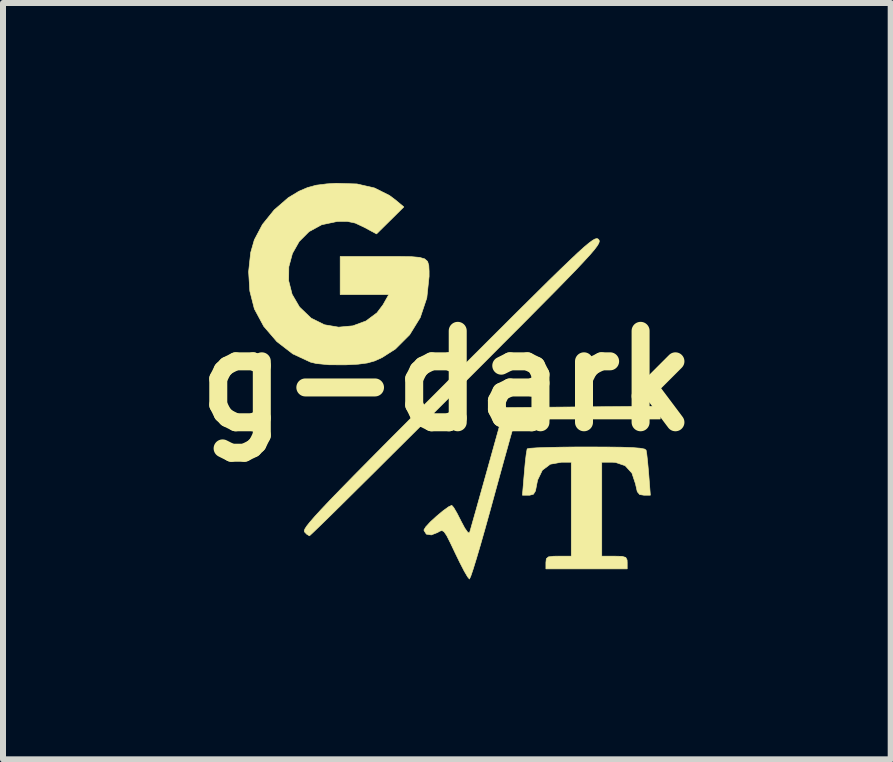
<source format=kicad_pcb>
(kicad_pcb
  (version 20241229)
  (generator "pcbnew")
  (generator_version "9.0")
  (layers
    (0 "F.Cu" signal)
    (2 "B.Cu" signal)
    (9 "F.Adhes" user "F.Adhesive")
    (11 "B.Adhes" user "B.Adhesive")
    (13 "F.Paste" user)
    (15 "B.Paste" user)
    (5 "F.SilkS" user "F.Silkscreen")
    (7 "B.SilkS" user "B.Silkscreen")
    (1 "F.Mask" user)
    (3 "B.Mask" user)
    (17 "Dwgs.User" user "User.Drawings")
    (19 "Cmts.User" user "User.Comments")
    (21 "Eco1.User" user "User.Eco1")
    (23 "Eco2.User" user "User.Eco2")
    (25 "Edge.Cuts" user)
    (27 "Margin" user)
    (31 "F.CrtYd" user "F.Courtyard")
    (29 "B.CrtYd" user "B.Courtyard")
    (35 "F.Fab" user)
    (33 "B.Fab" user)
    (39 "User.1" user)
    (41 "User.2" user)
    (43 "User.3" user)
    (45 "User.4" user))
  (footprint "g-dark"
    (layer "F.Cu")
    (at 4.398 3.299)
    (property "Reference" "g-dark" (at 0 0 0) (layer "F.SilkS") (effects (font (size 1.524 1.524) (thickness 0.3))))
    (attr through_hole)
    (fp_poly (pts (xy 3.556 0.635) (xy 1.146 0.635) (xy 1.088 0.836) (xy 1.061 0.93) (xy 1.016 1.093) (xy 0.955 1.311) (xy 0.883 1.572) (xy 0.803 1.863) (xy 0.719 2.17) (xy 0.637 2.464) (xy 0.561 2.731) (xy 0.494 2.958) (xy 0.439 3.136) (xy 0.399 3.254) (xy 0.377 3.301) (xy 0.376 3.302) (xy 0.346 3.266) (xy 0.289 3.169) (xy 0.215 3.025) (xy 0.145 2.881) (xy 0.058 2.698) (xy -0.002 2.579) (xy -0.046 2.515) (xy -0.081 2.494) (xy -0.119 2.505) (xy -0.153 2.526) (xy -0.258 2.567) (xy -0.342 2.554) (xy -0.381 2.492) (xy -0.381 2.481) (xy -0.35 2.431) (xy -0.273 2.348) (xy -0.169 2.253) (xy -0.061 2.163) (xy 0.031 2.097) (xy 0.082 2.074) (xy 0.114 2.11) (xy 0.168 2.202) (xy 0.234 2.331) (xy 0.234 2.332) (xy 0.298 2.452) (xy 0.349 2.524) (xy 0.376 2.535) (xy 0.377 2.533) (xy 0.394 2.478) (xy 0.429 2.353) (xy 0.481 2.17) (xy 0.545 1.941) (xy 0.619 1.678) (xy 0.68 1.46) (xy 0.963 0.445) (xy 2.259 0.433) (xy 3.556 0.422) (xy 3.556 0.635)) (stroke (width 0.01) (type solid)) (fill yes) (layer "F.SilkS"))
    (fp_poly (pts (xy 2.515 -2.369) (xy 2.528 -2.359) (xy 2.539 -2.343) (xy 2.541 -2.322) (xy 2.531 -2.292) (xy 2.505 -2.249) (xy 2.459 -2.188) (xy 2.39 -2.107) (xy 2.293 -2.001) (xy 2.166 -1.865) (xy 2.003 -1.697) (xy 1.803 -1.492) (xy 1.56 -1.247) (xy 1.272 -0.956) (xy 0.934 -0.618) (xy 0.544 -0.226) (xy 0.169 0.149) (xy -0.208 0.525) (xy -0.567 0.883) (xy -0.905 1.219) (xy -1.216 1.529) (xy -1.497 1.807) (xy -1.742 2.05) (xy -1.948 2.253) (xy -2.11 2.411) (xy -2.223 2.52) (xy -2.283 2.576) (xy -2.291 2.582) (xy -2.337 2.554) (xy -2.373 2.516) (xy -2.377 2.498) (xy -2.366 2.467) (xy -2.335 2.419) (xy -2.281 2.351) (xy -2.201 2.259) (xy -2.091 2.139) (xy -1.947 1.987) (xy -1.766 1.8) (xy -1.544 1.573) (xy -1.278 1.304) (xy -0.964 0.987) (xy -0.599 0.621) (xy -0.178 0.2) (xy 0.013 0.008) (xy 0.452 -0.431) (xy 0.836 -0.814) (xy 1.168 -1.145) (xy 1.452 -1.426) (xy 1.691 -1.663) (xy 1.891 -1.858) (xy 2.055 -2.015) (xy 2.186 -2.139) (xy 2.288 -2.231) (xy 2.367 -2.297) (xy 2.425 -2.34) (xy 2.466 -2.364) (xy 2.495 -2.372) (xy 2.515 -2.369)) (stroke (width 0.01) (type solid)) (fill yes) (layer "F.SilkS"))
    (fp_poly (pts (xy 2.663 1.102) (xy 2.916 1.105) (xy 3.101 1.112) (xy 3.225 1.122) (xy 3.296 1.136) (xy 3.321 1.154) (xy 3.332 1.218) (xy 3.346 1.344) (xy 3.361 1.506) (xy 3.365 1.556) (xy 3.392 1.905) (xy 3.284 1.905) (xy 3.214 1.894) (xy 3.174 1.846) (xy 3.149 1.737) (xy 3.148 1.727) (xy 3.085 1.537) (xy 2.972 1.413) (xy 2.81 1.358) (xy 2.754 1.355) (xy 2.582 1.355) (xy 2.582 2.921) (xy 2.794 2.921) (xy 2.92 2.924) (xy 2.982 2.942) (xy 3.004 2.984) (xy 3.006 3.027) (xy 3.006 3.133) (xy 1.651 3.133) (xy 1.651 3.027) (xy 1.658 2.964) (xy 1.693 2.933) (xy 1.778 2.922) (xy 1.863 2.921) (xy 2.074 2.921) (xy 2.074 1.355) (xy 1.911 1.355) (xy 1.725 1.388) (xy 1.592 1.488) (xy 1.513 1.652) (xy 1.5 1.716) (xy 1.477 1.834) (xy 1.443 1.889) (xy 1.382 1.905) (xy 1.366 1.905) (xy 1.26 1.905) (xy 1.291 1.535) (xy 1.306 1.365) (xy 1.322 1.228) (xy 1.336 1.145) (xy 1.34 1.132) (xy 1.386 1.123) (xy 1.505 1.115) (xy 1.684 1.109) (xy 1.911 1.104) (xy 2.174 1.101) (xy 2.332 1.101) (xy 2.663 1.102)) (stroke (width 0.01) (type solid)) (fill yes) (layer "F.SilkS"))
    (fp_poly (pts (xy -1.498 -3.283) (xy -1.206 -3.216) (xy -0.956 -3.091) (xy -0.856 -3.016) (xy -0.717 -2.9) (xy -0.944 -2.675) (xy -1.172 -2.45) (xy -1.38 -2.562) (xy -1.527 -2.631) (xy -1.66 -2.659) (xy -1.825 -2.658) (xy -1.831 -2.657) (xy -2.086 -2.603) (xy -2.297 -2.488) (xy -2.461 -2.324) (xy -2.574 -2.124) (xy -2.634 -1.902) (xy -2.637 -1.671) (xy -2.579 -1.443) (xy -2.456 -1.232) (xy -2.267 -1.051) (xy -2.256 -1.043) (xy -2.04 -0.936) (xy -1.804 -0.896) (xy -1.567 -0.918) (xy -1.348 -0.999) (xy -1.165 -1.135) (xy -1.064 -1.269) (xy -0.968 -1.439) (xy -1.778 -1.439) (xy -1.778 -2.074) (xy -1.063 -2.074) (xy -0.791 -2.074) (xy -0.592 -2.071) (xy -0.455 -2.059) (xy -0.369 -2.034) (xy -0.321 -1.991) (xy -0.301 -1.925) (xy -0.296 -1.83) (xy -0.296 -1.741) (xy -0.334 -1.383) (xy -0.444 -1.055) (xy -0.62 -0.769) (xy -0.857 -0.532) (xy -1.079 -0.39) (xy -1.201 -0.334) (xy -1.325 -0.299) (xy -1.477 -0.279) (xy -1.685 -0.268) (xy -1.693 -0.268) (xy -1.964 -0.269) (xy -2.176 -0.29) (xy -2.272 -0.313) (xy -2.567 -0.45) (xy -2.833 -0.655) (xy -3.052 -0.91) (xy -3.207 -1.198) (xy -3.21 -1.207) (xy -3.284 -1.498) (xy -3.304 -1.82) (xy -3.27 -2.138) (xy -3.209 -2.351) (xy -3.074 -2.607) (xy -2.878 -2.85) (xy -2.644 -3.053) (xy -2.466 -3.161) (xy -2.321 -3.223) (xy -2.178 -3.262) (xy -2.004 -3.284) (xy -1.844 -3.294) (xy -1.498 -3.283)) (stroke (width 0.01) (type solid)) (fill yes) (layer "F.SilkS")))
  (gr_rect
    (start -3 -3)
    (end 11.796 9.606)
    (stroke (width 0.1) (type default))
    (fill no)
    (layer "Edge.Cuts")))
</source>
